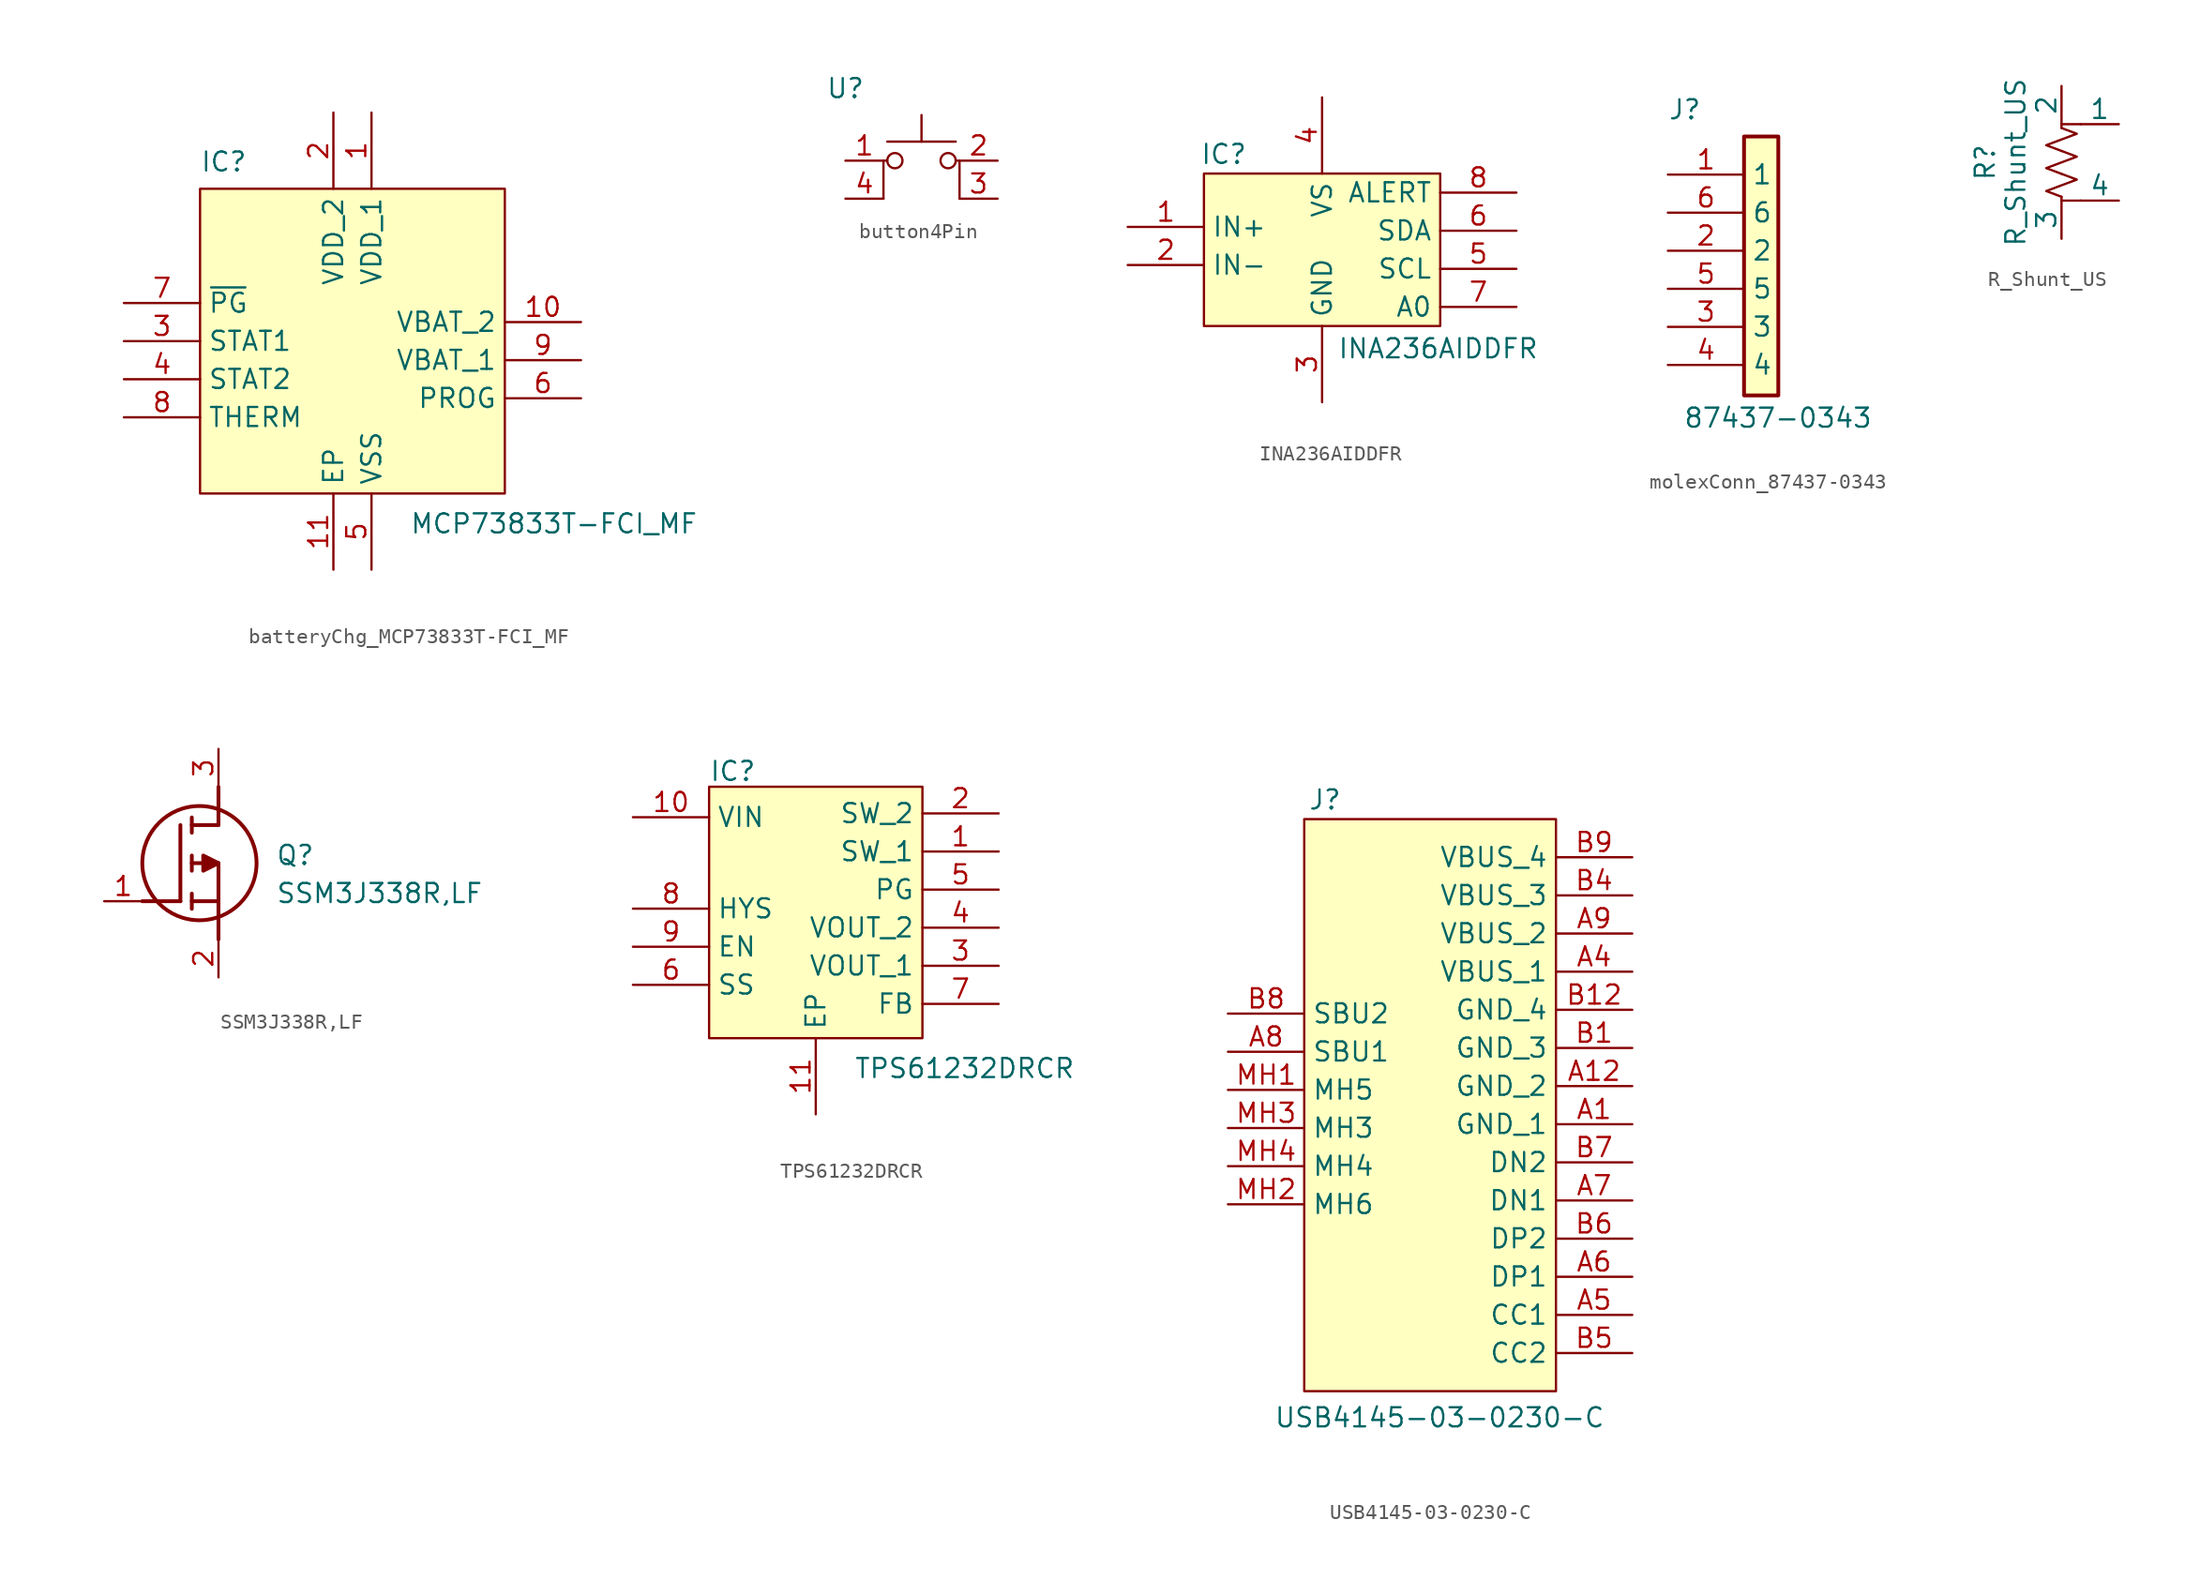
<source format=kicad_sym>
(kicad_symbol_lib
  (version 20220914)
  (generator kicad_symbol_editor)
  (symbol "batteryChg_MCP73833T-FCI_MF"
    (property "Reference" "IC"
      (at -10.16 7.62 0)
      (effects (font (size 1.27 1.27)) (justify left top)))
    (property "Value" "MCP73833T-FCI_MF"
      (at 3.81 -16.51 0)
      (effects (font (size 1.27 1.27)) (justify left top)))
    (symbol "batteryChg_MCP73833T-FCI_MF_1_1"
      (rectangle (start -10.16 5.08) (end 10.16 -15.24) (stroke (width 0) (type default)) (fill (type background)))
      (pin passive line (at 1.27 10.16 270) (length 5.08) (name "VDD_1" (effects (font (size 1.27 1.27)))) (number "1" (effects (font (size 1.27 1.27)))))
      (pin passive line (at 15.24 -3.81 180) (length 5.08) (name "VBAT_2" (effects (font (size 1.27 1.27)))) (number "10" (effects (font (size 1.27 1.27)))))
      (pin passive line (at -1.27 -20.32 90) (length 5.08) (name "EP" (effects (font (size 1.27 1.27)))) (number "11" (effects (font (size 1.27 1.27)))))
      (pin passive line (at -1.27 10.16 270) (length 5.08) (name "VDD_2" (effects (font (size 1.27 1.27)))) (number "2" (effects (font (size 1.27 1.27)))))
      (pin passive line (at -15.24 -5.08 0) (length 5.08) (name "STAT1" (effects (font (size 1.27 1.27)))) (number "3" (effects (font (size 1.27 1.27)))))
      (pin passive line (at -15.24 -7.62 0) (length 5.08) (name "STAT2" (effects (font (size 1.27 1.27)))) (number "4" (effects (font (size 1.27 1.27)))))
      (pin passive line (at 1.27 -20.32 90) (length 5.08) (name "VSS" (effects (font (size 1.27 1.27)))) (number "5" (effects (font (size 1.27 1.27)))))
      (pin passive line (at 15.24 -8.89 180) (length 5.08) (name "PROG" (effects (font (size 1.27 1.27)))) (number "6" (effects (font (size 1.27 1.27)))))
      (pin passive line (at -15.24 -2.54 0) (length 5.08) (name "~{PG}" (effects (font (size 1.27 1.27)))) (number "7" (effects (font (size 1.27 1.27)))))
      (pin passive line (at -15.24 -10.16 0) (length 5.08) (name "THERM" (effects (font (size 1.27 1.27)))) (number "8" (effects (font (size 1.27 1.27)))))
      (pin passive line (at 15.24 -6.35 180) (length 5.08) (name "VBAT_1" (effects (font (size 1.27 1.27)))) (number "9" (effects (font (size 1.27 1.27)))))))
  (symbol "button4Pin"
    (property "Reference" "U"
      (at -5.08 6.096 0)
      (effects (font (size 1.27 1.27))))
    (property "Value" ""
      (at 0.508 0.254 0)
      (effects (font (size 1.27 1.27))))
    (symbol "button4Pin_0_1"
      (circle (center -1.778 1.27) (radius 0.508) (stroke (width 0) (type default)) (fill (type none)))
      (polyline (pts (xy -2.286 2.54) (xy 2.286 2.54)) (stroke (width 0) (type default)) (fill (type none)))
      (polyline (pts (xy 0 2.54) (xy 0 4.318)) (stroke (width 0) (type default)) (fill (type none)))
      (polyline (pts (xy -2.54 -1.27) (xy -2.54 1.27) (xy -2.286 1.27)) (stroke (width 0) (type default)) (fill (type none)))
      (polyline (pts (xy 2.54 -1.27) (xy 2.54 1.27) (xy 2.286 1.27)) (stroke (width 0) (type default)) (fill (type none)))
      (circle (center 1.778 1.27) (radius 0.508) (stroke (width 0) (type default)) (fill (type none))))
    (symbol "button4Pin_1_1"
      (pin passive line (at -5.08 1.27 0) (length 2.54) (name "" (effects (font (size 1.27 1.27)))) (number "1" (effects (font (size 1.27 1.27)))))
      (pin passive line (at 5.08 1.27 180) (length 2.54) (name "" (effects (font (size 1.27 1.27)))) (number "2" (effects (font (size 1.27 1.27)))))
      (pin passive line (at 5.08 -1.27 180) (length 2.54) (name "" (effects (font (size 1.27 1.27)))) (number "3" (effects (font (size 1.27 1.27)))))
      (pin passive line (at -5.08 -1.27 0) (length 2.54) (name "" (effects (font (size 1.27 1.27)))) (number "4" (effects (font (size 1.27 1.27)))))))
  (symbol "INA236AIDDFR"
    (property "Reference" "IC"
      (at -8.128 6.858 0)
      (effects (font (size 1.27 1.27)) (justify left top)))
    (property "Value" "INA236AIDDFR"
      (at 1.016 -6.096 0)
      (effects (font (size 1.27 1.27)) (justify left top)))
    (symbol "INA236AIDDFR_1_1"
      (rectangle (start -7.874 4.826) (end 7.874 -5.334) (stroke (width 0) (type default)) (fill (type background)))
      (pin passive line (at -12.954 1.27 0) (length 5.08) (name "IN+" (effects (font (size 1.27 1.27)))) (number "1" (effects (font (size 1.27 1.27)))))
      (pin passive line (at -12.954 -1.27 0) (length 5.08) (name "IN-" (effects (font (size 1.27 1.27)))) (number "2" (effects (font (size 1.27 1.27)))))
      (pin passive line (at 0 -10.414 90) (length 5.08) (name "GND" (effects (font (size 1.27 1.27)))) (number "3" (effects (font (size 1.27 1.27)))))
      (pin passive line (at 0 9.906 270) (length 5.08) (name "VS" (effects (font (size 1.27 1.27)))) (number "4" (effects (font (size 1.27 1.27)))))
      (pin passive line (at 12.954 -1.524 180) (length 5.08) (name "SCL" (effects (font (size 1.27 1.27)))) (number "5" (effects (font (size 1.27 1.27)))))
      (pin passive line (at 12.954 1.016 180) (length 5.08) (name "SDA" (effects (font (size 1.27 1.27)))) (number "6" (effects (font (size 1.27 1.27)))))
      (pin passive line (at 12.954 -4.064 180) (length 5.08) (name "A0" (effects (font (size 1.27 1.27)))) (number "7" (effects (font (size 1.27 1.27)))))
      (pin passive line (at 12.954 3.556 180) (length 5.08) (name "ALERT" (effects (font (size 1.27 1.27)))) (number "8" (effects (font (size 1.27 1.27)))))))
  (symbol "molexConn_87437-0343"
    (property "Reference" "J"
      (at 0 5.08 0)
      (effects (font (size 1.27 1.27)) (justify left top)))
    (property "Value" "87437-0343"
      (at 1.016 -15.494 0)
      (effects (font (size 1.27 1.27)) (justify left top)))
    (symbol "molexConn_87437-0343_1_1"
      (rectangle (start 5.08 2.54) (end 7.366 -14.732) (stroke (width 0.254) (type default)) (fill (type background)))
      (pin passive line (at 0 0 0) (length 5.08) (name "1" (effects (font (size 1.27 1.27)))) (number "1" (effects (font (size 1.27 1.27)))))
      (pin passive line (at 0 -5.08 0) (length 5.08) (name "2" (effects (font (size 1.27 1.27)))) (number "2" (effects (font (size 1.27 1.27)))))
      (pin passive line (at 0 -10.16 0) (length 5.08) (name "3" (effects (font (size 1.27 1.27)))) (number "3" (effects (font (size 1.27 1.27)))))
      (pin passive line (at 0 -12.7 0) (length 5.08) (name "4" (effects (font (size 1.27 1.27)))) (number "4" (effects (font (size 1.27 1.27)))))
      (pin passive line (at 0 -7.62 0) (length 5.08) (name "5" (effects (font (size 1.27 1.27)))) (number "5" (effects (font (size 1.27 1.27)))))
      (pin passive line (at 0 -2.54 0) (length 5.08) (name "6" (effects (font (size 1.27 1.27)))) (number "6" (effects (font (size 1.27 1.27)))))))
  (symbol "R_Shunt_US"
    (pin_numbers hide)
    (pin_names
      (offset 0))
    (property "Reference" "R"
      (at -5.08 0 90)
      (effects (font (size 1.27 1.27))))
    (property "Value" "R_Shunt_US"
      (at -3.048 0 90)
      (effects (font (size 1.27 1.27))))
    (symbol "R_Shunt_US_1_1"
      (polyline (pts (xy 0 -2.54) (xy 1.27 -2.54)) (stroke (width 0) (type default)) (fill (type none)))
      (polyline (pts (xy 0 -2.286) (xy 0 -2.54)) (stroke (width 0) (type default)) (fill (type none)))
      (polyline (pts (xy 0 2.286) (xy 0 2.54)) (stroke (width 0) (type default)) (fill (type none)))
      (polyline (pts (xy 1.27 2.54) (xy 0 2.54)) (stroke (width 0) (type default)) (fill (type none)))
      (polyline (pts (xy 0 -0.762) (xy 1.016 -1.143) (xy 0 -1.524) (xy -1.016 -1.905) (xy 0 -2.286)) (stroke (width 0) (type default)) (fill (type none)))
      (polyline (pts (xy 0 0.762) (xy 1.016 0.381) (xy 0 0) (xy -1.016 -0.381) (xy 0 -0.762)) (stroke (width 0) (type default)) (fill (type none)))
      (polyline (pts (xy 0 2.286) (xy 1.016 1.905) (xy 0 1.524) (xy -1.016 1.143) (xy 0 0.762)) (stroke (width 0) (type default)) (fill (type none)))
      (pin passive line (at 3.81 2.54 180) (length 2.54) (name "1" (effects (font (size 1.27 1.27)))) (number "1" (effects (font (size 1.27 1.27)))))
      (pin passive line (at 0 5.08 270) (length 2.54) (name "2" (effects (font (size 1.27 1.27)))) (number "2" (effects (font (size 1.27 1.27)))))
      (pin passive line (at 0 -5.08 90) (length 2.54) (name "3" (effects (font (size 1.27 1.27)))) (number "3" (effects (font (size 1.27 1.27)))))
      (pin passive line (at 3.81 -2.54 180) (length 2.54) (name "4" (effects (font (size 1.27 1.27)))) (number "4" (effects (font (size 1.27 1.27)))))))
  (symbol "SSM3J338R,LF"
    (pin_names hide)
    (property "Reference" "Q"
      (at 11.43 3.81 0)
      (effects (font (size 1.27 1.27)) (justify left top)))
    (property "Value" "SSM3J338R,LF"
      (at 11.43 1.27 0)
      (effects (font (size 1.27 1.27)) (justify left top)))
    (symbol "SSM3J338R,LF_1_1"
      (polyline (pts (xy 2.54 0) (xy 5.08 0)) (stroke (width 0.254) (type default)) (fill (type none)))
      (polyline (pts (xy 5.08 5.08) (xy 5.08 0)) (stroke (width 0.254) (type default)) (fill (type none)))
      (polyline (pts (xy 5.842 -0.508) (xy 5.842 0.508)) (stroke (width 0.254) (type default)) (fill (type none)))
      (polyline (pts (xy 5.842 0) (xy 7.62 0)) (stroke (width 0.254) (type default)) (fill (type none)))
      (polyline (pts (xy 5.842 2.032) (xy 5.842 3.048)) (stroke (width 0.254) (type default)) (fill (type none)))
      (polyline (pts (xy 5.842 5.588) (xy 5.842 4.572)) (stroke (width 0.254) (type default)) (fill (type none)))
      (polyline (pts (xy 7.62 2.54) (xy 5.842 2.54)) (stroke (width 0.254) (type default)) (fill (type none)))
      (polyline (pts (xy 7.62 2.54) (xy 7.62 -2.54)) (stroke (width 0.254) (type default)) (fill (type none)))
      (polyline (pts (xy 7.62 5.08) (xy 5.842 5.08)) (stroke (width 0.254) (type default)) (fill (type none)))
      (polyline (pts (xy 7.62 5.08) (xy 7.62 7.62)) (stroke (width 0.254) (type default)) (fill (type none)))
      (polyline (pts (xy 7.62 2.54) (xy 6.604 3.048) (xy 6.604 2.032) (xy 7.62 2.54)) (stroke (width 0.254) (type default)) (fill (type outline)))
      (circle (center 6.35 2.54) (radius 3.81) (stroke (width 0.254) (type default)) (fill (type none)))
      (pin passive line (at 0 0 0) (length 2.54) (name "G" (effects (font (size 1.27 1.27)))) (number "1" (effects (font (size 1.27 1.27)))))
      (pin passive line (at 7.62 -5.08 90) (length 2.54) (name "S" (effects (font (size 1.27 1.27)))) (number "2" (effects (font (size 1.27 1.27)))))
      (pin passive line (at 7.62 10.16 270) (length 2.54) (name "D" (effects (font (size 1.27 1.27)))) (number "3" (effects (font (size 1.27 1.27)))))))
  (symbol "TPS61232DRCR"
    (property "Reference" "IC"
      (at -7.112 9.906 0)
      (effects (font (size 1.27 1.27)) (justify left top)))
    (property "Value" "TPS61232DRCR"
      (at 2.54 -9.906 0)
      (effects (font (size 1.27 1.27)) (justify left top)))
    (symbol "TPS61232DRCR_1_1"
      (rectangle (start -7.112 8.128) (end 7.112 -8.636) (stroke (width 0) (type default)) (fill (type background)))
      (pin passive line (at 12.192 3.81 180) (length 5.08) (name "SW_1" (effects (font (size 1.27 1.27)))) (number "1" (effects (font (size 1.27 1.27)))))
      (pin passive line (at -12.192 6.096 0) (length 5.08) (name "VIN" (effects (font (size 1.27 1.27)))) (number "10" (effects (font (size 1.27 1.27)))))
      (pin passive line (at 0 -13.716 90) (length 5.08) (name "EP" (effects (font (size 1.27 1.27)))) (number "11" (effects (font (size 1.27 1.27)))))
      (pin passive line (at 12.192 6.35 180) (length 5.08) (name "SW_2" (effects (font (size 1.27 1.27)))) (number "2" (effects (font (size 1.27 1.27)))))
      (pin passive line (at 12.192 -3.81 180) (length 5.08) (name "VOUT_1" (effects (font (size 1.27 1.27)))) (number "3" (effects (font (size 1.27 1.27)))))
      (pin passive line (at 12.192 -1.27 180) (length 5.08) (name "VOUT_2" (effects (font (size 1.27 1.27)))) (number "4" (effects (font (size 1.27 1.27)))))
      (pin passive line (at 12.192 1.27 180) (length 5.08) (name "PG" (effects (font (size 1.27 1.27)))) (number "5" (effects (font (size 1.27 1.27)))))
      (pin passive line (at -12.192 -5.08 0) (length 5.08) (name "SS" (effects (font (size 1.27 1.27)))) (number "6" (effects (font (size 1.27 1.27)))))
      (pin passive line (at 12.192 -6.35 180) (length 5.08) (name "FB" (effects (font (size 1.27 1.27)))) (number "7" (effects (font (size 1.27 1.27)))))
      (pin passive line (at -12.192 0 0) (length 5.08) (name "HYS" (effects (font (size 1.27 1.27)))) (number "8" (effects (font (size 1.27 1.27)))))
      (pin passive line (at -12.192 -2.54 0) (length 5.08) (name "EN" (effects (font (size 1.27 1.27)))) (number "9" (effects (font (size 1.27 1.27)))))))
  (symbol "USB4145-03-0230-C"
    (property "Reference" "J"
      (at -8.128 21.082 0)
      (effects (font (size 1.27 1.27)) (justify left top)))
    (property "Value" "USB4145-03-0230-C"
      (at -10.414 -20.066 0)
      (effects (font (size 1.27 1.27)) (justify left top)))
    (symbol "USB4145-03-0230-C_1_1"
      (rectangle (start -8.382 19.05) (end 8.382 -19.05) (stroke (width 0) (type default)) (fill (type background)))
      (pin passive line (at 13.462 -1.27 180) (length 5.08) (name "GND_1" (effects (font (size 1.27 1.27)))) (number "A1" (effects (font (size 1.27 1.27)))))
      (pin passive line (at 13.462 1.27 180) (length 5.08) (name "GND_2" (effects (font (size 1.27 1.27)))) (number "A12" (effects (font (size 1.27 1.27)))))
      (pin passive line (at 13.462 8.89 180) (length 5.08) (name "VBUS_1" (effects (font (size 1.27 1.27)))) (number "A4" (effects (font (size 1.27 1.27)))))
      (pin passive line (at 13.462 -13.97 180) (length 5.08) (name "CC1" (effects (font (size 1.27 1.27)))) (number "A5" (effects (font (size 1.27 1.27)))))
      (pin passive line (at 13.462 -11.43 180) (length 5.08) (name "DP1" (effects (font (size 1.27 1.27)))) (number "A6" (effects (font (size 1.27 1.27)))))
      (pin passive line (at 13.462 -6.35 180) (length 5.08) (name "DN1" (effects (font (size 1.27 1.27)))) (number "A7" (effects (font (size 1.27 1.27)))))
      (pin passive line (at -13.462 3.556 0) (length 5.08) (name "SBU1" (effects (font (size 1.27 1.27)))) (number "A8" (effects (font (size 1.27 1.27)))))
      (pin passive line (at 13.462 11.43 180) (length 5.08) (name "VBUS_2" (effects (font (size 1.27 1.27)))) (number "A9" (effects (font (size 1.27 1.27)))))
      (pin passive line (at 13.462 3.81 180) (length 5.08) (name "GND_3" (effects (font (size 1.27 1.27)))) (number "B1" (effects (font (size 1.27 1.27)))))
      (pin passive line (at 13.462 6.35 180) (length 5.08) (name "GND_4" (effects (font (size 1.27 1.27)))) (number "B12" (effects (font (size 1.27 1.27)))))
      (pin passive line (at 13.462 13.97 180) (length 5.08) (name "VBUS_3" (effects (font (size 1.27 1.27)))) (number "B4" (effects (font (size 1.27 1.27)))))
      (pin passive line (at 13.462 -16.51 180) (length 5.08) (name "CC2" (effects (font (size 1.27 1.27)))) (number "B5" (effects (font (size 1.27 1.27)))))
      (pin passive line (at 13.462 -8.89 180) (length 5.08) (name "DP2" (effects (font (size 1.27 1.27)))) (number "B6" (effects (font (size 1.27 1.27)))))
      (pin passive line (at 13.462 -3.81 180) (length 5.08) (name "DN2" (effects (font (size 1.27 1.27)))) (number "B7" (effects (font (size 1.27 1.27)))))
      (pin passive line (at -13.462 6.096 0) (length 5.08) (name "SBU2" (effects (font (size 1.27 1.27)))) (number "B8" (effects (font (size 1.27 1.27)))))
      (pin passive line (at 13.462 16.51 180) (length 5.08) (name "VBUS_4" (effects (font (size 1.27 1.27)))) (number "B9" (effects (font (size 1.27 1.27)))))
      (pin passive line (at -13.462 1.016 0) (length 5.08) (name "MH5" (effects (font (size 1.27 1.27)))) (number "MH1" (effects (font (size 1.27 1.27)))))
      (pin passive line (at -13.462 -6.604 0) (length 5.08) (name "MH6" (effects (font (size 1.27 1.27)))) (number "MH2" (effects (font (size 1.27 1.27)))))
      (pin passive line (at -13.462 -1.524 0) (length 5.08) (name "MH3" (effects (font (size 1.27 1.27)))) (number "MH3" (effects (font (size 1.27 1.27)))))
      (pin passive line (at -13.462 -4.064 0) (length 5.08) (name "MH4" (effects (font (size 1.27 1.27)))) (number "MH4" (effects (font (size 1.27 1.27))))))))
</source>
